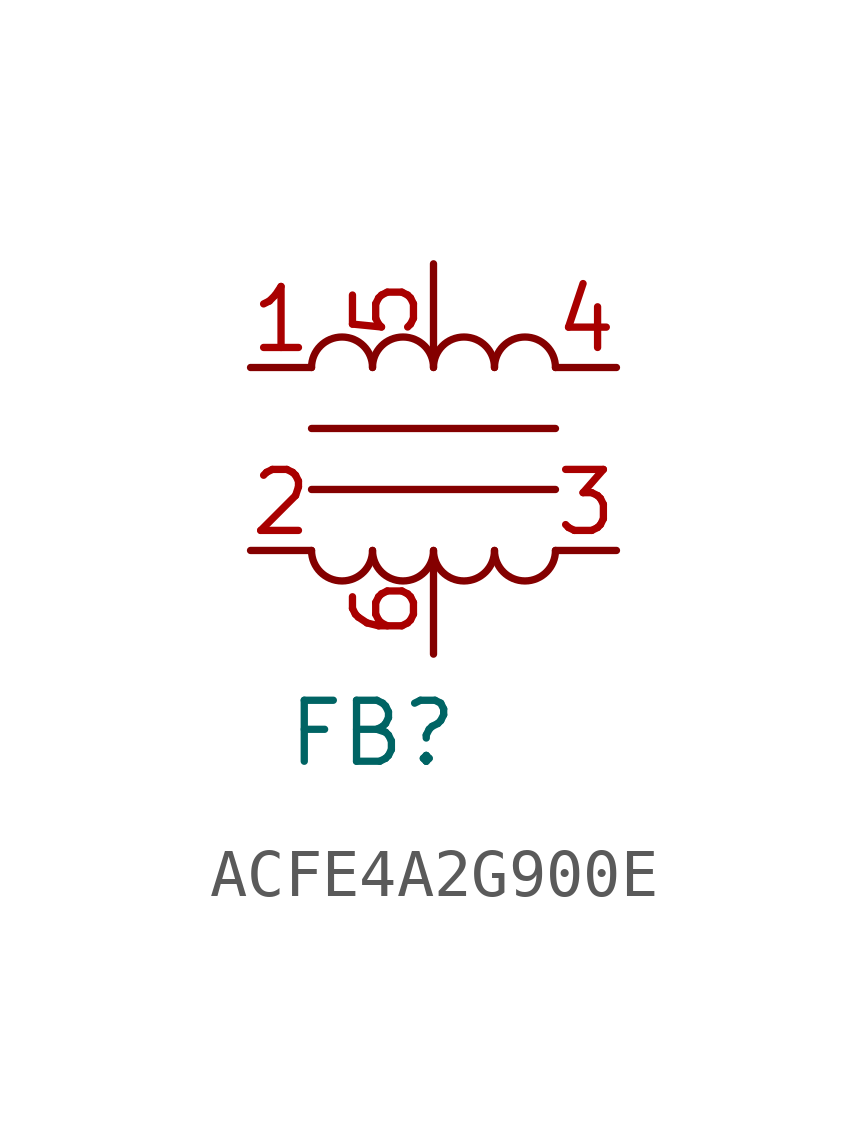
<source format=kicad_sym>
(kicad_symbol_lib
  (version 20230620)
  (generator kicad_symbol_editor)
  (symbol "ACFE4A2G900E"
    (property "Reference" "FB"
      (at 0 0 0)
      (effects (font (size 1.27 1.27))))
    (property "Value" ""
      (at 0 0 0)
      (effects (font (size 1.27 1.27))))
    (symbol "ACFE4A2G900E_0_1"
      (arc (start -1.27 3.81) (mid -0.635 3.1777) (end 0 3.81) (stroke (width 0) (type default)) (fill (type none)))
      (polyline (pts (xy -1.27 5.08) (xy 3.81 5.08)) (stroke (width 0) (type default)) (fill (type none)))
      (polyline (pts (xy -1.27 6.35) (xy 3.81 6.35)) (stroke (width 0) (type default)) (fill (type none)))
      (arc (start 0 3.81) (mid 0.635 3.1777) (end 1.27 3.81) (stroke (width 0) (type default)) (fill (type none)))
      (arc (start 0 7.62) (mid -0.635 8.2523) (end -1.27 7.62) (stroke (width 0) (type default)) (fill (type none)))
      (arc (start 1.27 3.81) (mid 1.905 3.1777) (end 2.54 3.81) (stroke (width 0) (type default)) (fill (type none)))
      (arc (start 1.27 7.62) (mid 0.635 8.2523) (end 0 7.62) (stroke (width 0) (type default)) (fill (type none)))
      (arc (start 2.54 3.81) (mid 3.175 3.1777) (end 3.81 3.81) (stroke (width 0) (type default)) (fill (type none)))
      (arc (start 2.54 7.62) (mid 1.905 8.2523) (end 1.27 7.62) (stroke (width 0) (type default)) (fill (type none)))
      (arc (start 3.81 7.62) (mid 3.175 8.2523) (end 2.54 7.62) (stroke (width 0) (type default)) (fill (type none))))
    (symbol "ACFE4A2G900E_1_1"
      (pin passive line (at -2.54 7.62 0) (length 1.27) (name "" (effects (font (size 1.27 1.27)))) (number "1" (effects (font (size 1.27 1.27)))))
      (pin passive line (at -2.54 3.81 0) (length 1.27) (name "" (effects (font (size 1.27 1.27)))) (number "2" (effects (font (size 1.27 1.27)))))
      (pin passive line (at 5.08 3.81 180) (length 1.27) (name "" (effects (font (size 1.27 1.27)))) (number "3" (effects (font (size 1.27 1.27)))))
      (pin passive line (at 5.08 7.62 180) (length 1.27) (name "" (effects (font (size 1.27 1.27)))) (number "4" (effects (font (size 1.27 1.27)))))
      (pin passive line (at 1.27 9.779 270) (length 1.905) (name "" (effects (font (size 1.27 1.27)))) (number "5" (effects (font (size 1.27 1.27)))))
      (pin passive line (at 1.27 1.651 90) (length 1.905) (name "" (effects (font (size 1.27 1.27)))) (number "6" (effects (font (size 1.27 1.27))))))))
</source>
